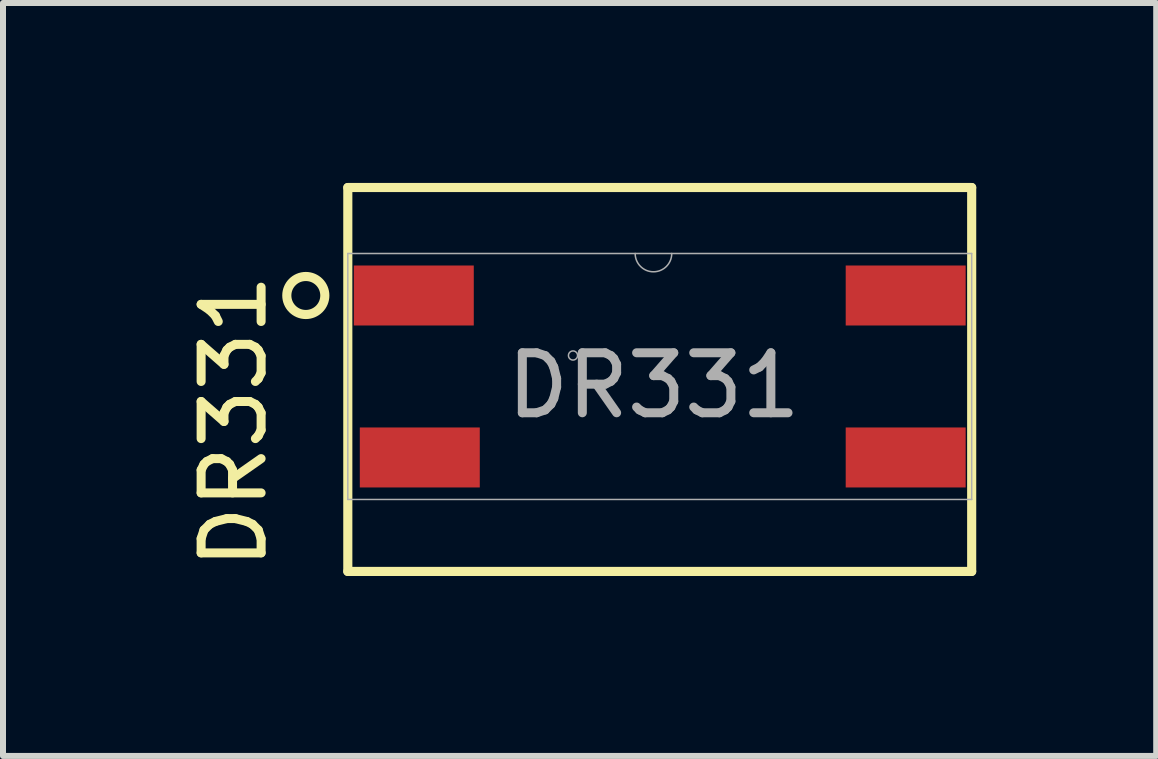
<source format=kicad_pcb>
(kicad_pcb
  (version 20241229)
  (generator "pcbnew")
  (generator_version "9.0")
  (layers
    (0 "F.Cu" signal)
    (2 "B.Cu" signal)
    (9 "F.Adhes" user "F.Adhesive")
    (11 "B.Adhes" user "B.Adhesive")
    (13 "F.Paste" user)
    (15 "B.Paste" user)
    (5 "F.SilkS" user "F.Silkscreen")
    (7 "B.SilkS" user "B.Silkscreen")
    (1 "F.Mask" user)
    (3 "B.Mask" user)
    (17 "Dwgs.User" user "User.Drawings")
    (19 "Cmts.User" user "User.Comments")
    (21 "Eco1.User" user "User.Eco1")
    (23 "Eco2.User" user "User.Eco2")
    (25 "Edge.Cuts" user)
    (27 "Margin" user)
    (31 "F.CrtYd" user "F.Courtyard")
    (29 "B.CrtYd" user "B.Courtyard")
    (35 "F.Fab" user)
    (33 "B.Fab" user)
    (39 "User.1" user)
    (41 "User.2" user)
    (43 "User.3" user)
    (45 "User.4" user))
  (footprint "DR331"
    (layer "F.Cu")
    (at 7.848 3.376)
    (property "Reference" "DR331" (at -7 0.6 90) (unlocked yes) (layer "F.SilkS") (effects (font (size 1 1) (thickness 0.15))))
    (attr smd)
    (fp_line (start -5.1 -3.3) (end -5.1 3.1) (stroke (width 0.152) (type solid)) (layer "F.SilkS"))
    (fp_line (start -5.1 3.1) (end 5.3 3.1) (stroke (width 0.152) (type solid)) (layer "F.SilkS"))
    (fp_line (start 5.3 -3.3) (end -5.1 -3.3) (stroke (width 0.152) (type solid)) (layer "F.SilkS"))
    (fp_line (start 5.3 3.1) (end 5.3 -3.3) (stroke (width 0.152) (type solid)) (layer "F.SilkS"))
    (fp_circle (center -5.8 -1.5) (end -5.698 -1.2) (stroke (width 0.152) (type solid)) (fill no) (layer "F.SilkS"))
    (fp_line (start -5.1 -2.2) (end -5.1 1.9) (stroke (width 0.025) (type solid)) (layer "F.Fab"))
    (fp_line (start -5.1 1.9) (end 5.3 1.9) (stroke (width 0.025) (type solid)) (layer "F.Fab"))
    (fp_line (start 5.3 -2.2) (end -5.1 -2.2) (stroke (width 0.025) (type solid)) (layer "F.Fab"))
    (fp_line (start 5.3 1.9) (end 5.3 -2.2) (stroke (width 0.025) (type solid)) (layer "F.Fab"))
    (fp_arc (start 0.3 -2.2) (mid -0.0048 -1.8952) (end -0.3096 -2.2) (stroke (width 0.0254) (type solid)) (layer "F.Fab"))
    (fp_circle (center -1.346 -0.5) (end -1.27 -0.5) (stroke (width 0.025) (type solid)) (fill no) (layer "F.Fab"))
    (fp_text user "${REFERENCE}" (at 0 0 0) (unlocked yes) (layer "F.Fab") (effects (font (size 1 1) (thickness 0.15))))
    (pad "1" smd rect (at -4 -1.5) (size 2 1) (layers "F.Cu" "F.Mask" "F.Paste"))
    (pad "2" smd rect (at -3.9 1.2) (size 2 1) (layers "F.Cu" "F.Mask" "F.Paste"))
    (pad "3" smd rect (at 4.2 1.2) (size 2 1) (layers "F.Cu" "F.Mask" "F.Paste"))
    (pad "4" smd rect (at 4.2 -1.5) (size 2 1) (layers "F.Cu" "F.Mask" "F.Paste")))
  (gr_rect
    (start -3 -3)
    (end 16.224 9.552)
    (stroke (width 0.1) (type default))
    (fill no)
    (layer "Edge.Cuts")))
</source>
